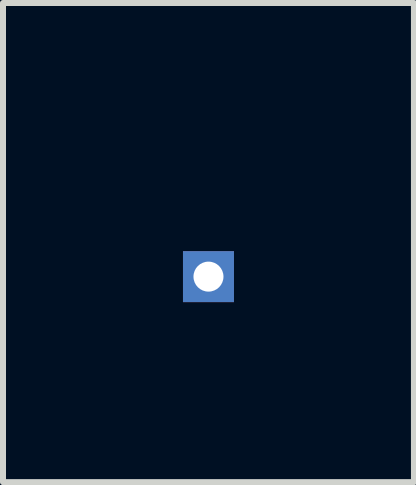
<source format=kicad_pcb>
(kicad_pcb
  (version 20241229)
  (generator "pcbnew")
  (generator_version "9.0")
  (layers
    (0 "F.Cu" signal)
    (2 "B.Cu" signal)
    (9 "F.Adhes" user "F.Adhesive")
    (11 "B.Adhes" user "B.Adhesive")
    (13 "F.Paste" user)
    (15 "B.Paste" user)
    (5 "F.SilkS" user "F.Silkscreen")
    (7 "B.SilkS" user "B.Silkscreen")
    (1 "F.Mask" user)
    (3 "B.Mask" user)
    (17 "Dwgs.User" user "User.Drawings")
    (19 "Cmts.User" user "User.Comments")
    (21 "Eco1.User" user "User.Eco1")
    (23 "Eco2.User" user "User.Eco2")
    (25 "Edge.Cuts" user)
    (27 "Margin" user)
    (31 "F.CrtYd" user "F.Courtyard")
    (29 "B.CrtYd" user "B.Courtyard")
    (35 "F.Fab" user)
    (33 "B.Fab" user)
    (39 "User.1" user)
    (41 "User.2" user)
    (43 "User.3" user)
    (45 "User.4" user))
  (footprint "pin_hack"
    (layer "F.Cu")
    (at 0.425 1.561)
    (property "Reference" "pin_hack" (at 0 -1.56 0) (layer "F.SilkS") (effects (font (size 0.001 0.001) (thickness 0.00025))))
    (attr through_hole)
    (pad "1" thru_hole rect (at 0 0) (size 0.85 0.85) (drill 0.5) (layers "*.Cu" "*.Mask")))
  (gr_rect
    (start -3 -3)
    (end 3.85 4.986)
    (stroke (width 0.1) (type default))
    (fill no)
    (layer "Edge.Cuts")))
</source>
